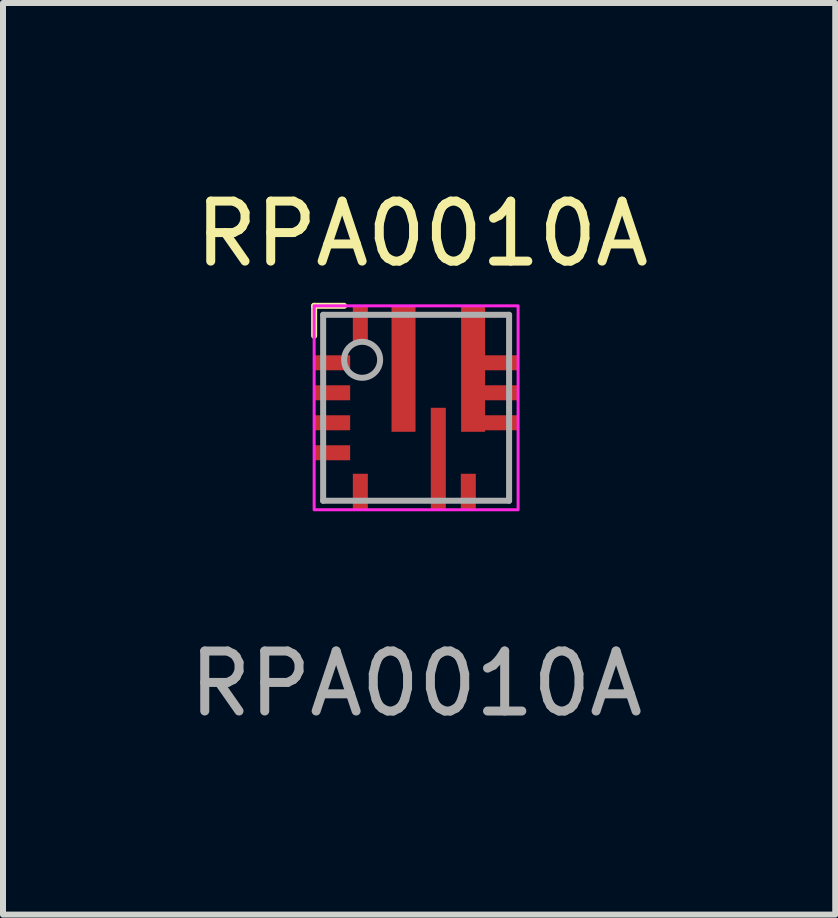
<source format=kicad_pcb>
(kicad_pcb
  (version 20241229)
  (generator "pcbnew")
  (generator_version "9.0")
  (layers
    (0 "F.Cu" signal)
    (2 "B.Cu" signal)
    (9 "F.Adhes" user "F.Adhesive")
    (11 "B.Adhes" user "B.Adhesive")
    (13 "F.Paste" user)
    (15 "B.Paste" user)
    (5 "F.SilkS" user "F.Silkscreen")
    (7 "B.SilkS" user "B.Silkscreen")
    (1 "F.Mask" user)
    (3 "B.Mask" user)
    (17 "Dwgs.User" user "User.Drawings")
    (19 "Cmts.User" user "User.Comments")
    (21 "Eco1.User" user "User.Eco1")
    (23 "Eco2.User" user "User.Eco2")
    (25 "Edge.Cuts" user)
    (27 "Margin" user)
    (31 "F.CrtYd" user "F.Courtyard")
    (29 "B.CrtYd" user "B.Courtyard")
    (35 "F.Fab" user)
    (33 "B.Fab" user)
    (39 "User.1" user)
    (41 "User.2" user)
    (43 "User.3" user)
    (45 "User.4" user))
  (footprint "RPA0010A"
    (layer "F.Cu")
    (at 3.887 3.748)
    (property "Reference" "RPA0010A" (at 0.1 -2.9 0) (unlocked yes) (layer "F.SilkS") (effects (font (size 1 1) (thickness 0.15))))
    (attr smd)
    (fp_line (start -1.7 -1.7) (end -1.7 -1.2) (stroke (width 0.1) (type default)) (layer "F.SilkS"))
    (fp_line (start -1.2 -1.7) (end -1.7 -1.7) (stroke (width 0.1) (type default)) (layer "F.SilkS"))
    (fp_poly (pts (xy -0.41 -0.8) (xy -0.41 -1.65) (xy -0.409 -1.66) (xy -0.406 -1.669) (xy -0.402 -1.678) (xy -0.395 -1.685) (xy -0.388 -1.692) (xy -0.379 -1.696) (xy -0.37 -1.699) (xy -0.36 -1.7) (xy -0.06 -1.7) (xy -0.05 -1.699) (xy -0.041 -1.696) (xy -0.032 -1.692) (xy -0.025 -1.685) (xy -0.018 -1.678) (xy -0.014 -1.669) (xy -0.011 -1.66) (xy -0.01 -1.65) (xy -0.01 -0.8) (xy -0.011 -0.79) (xy -0.014 -0.781) (xy -0.018 -0.772) (xy -0.025 -0.765) (xy -0.032 -0.758) (xy -0.041 -0.754) (xy -0.05 -0.751) (xy -0.06 -0.75) (xy -0.36 -0.75) (xy -0.37 -0.751) (xy -0.379 -0.754) (xy -0.388 -0.758) (xy -0.395 -0.765) (xy -0.402 -0.772) (xy -0.406 -0.781) (xy -0.409 -0.79)) (stroke (width 0) (type solid)) (fill yes) (layer "F.Paste"))
    (fp_poly (pts (xy -0.41 0.35) (xy -0.41 -0.5) (xy -0.409 -0.51) (xy -0.406 -0.519) (xy -0.402 -0.528) (xy -0.395 -0.535) (xy -0.388 -0.542) (xy -0.379 -0.546) (xy -0.37 -0.549) (xy -0.36 -0.55) (xy -0.06 -0.55) (xy -0.05 -0.549) (xy -0.041 -0.546) (xy -0.032 -0.542) (xy -0.025 -0.535) (xy -0.018 -0.528) (xy -0.014 -0.519) (xy -0.011 -0.51) (xy -0.01 -0.5) (xy -0.01 0.35) (xy -0.011 0.36) (xy -0.014 0.369) (xy -0.018 0.378) (xy -0.025 0.385) (xy -0.032 0.392) (xy -0.041 0.396) (xy -0.05 0.399) (xy -0.06 0.4) (xy -0.36 0.4) (xy -0.37 0.399) (xy -0.379 0.396) (xy -0.388 0.392) (xy -0.395 0.385) (xy -0.402 0.378) (xy -0.406 0.369) (xy -0.409 0.36)) (stroke (width 0) (type solid)) (fill yes) (layer "F.Paste"))
    (fp_poly (pts (xy 0.245 0.7) (xy 0.245 0.05) (xy 0.246 0.04) (xy 0.249 0.031) (xy 0.253 0.022) (xy 0.26 0.015) (xy 0.267 0.008) (xy 0.276 0.004) (xy 0.285 0.001) (xy 0.295 0) (xy 0.445 0) (xy 0.455 0.001) (xy 0.464 0.004) (xy 0.473 0.008) (xy 0.48 0.015) (xy 0.487 0.022) (xy 0.491 0.031) (xy 0.494 0.04) (xy 0.495 0.05) (xy 0.495 0.7) (xy 0.494 0.71) (xy 0.491 0.719) (xy 0.487 0.728) (xy 0.48 0.735) (xy 0.473 0.742) (xy 0.464 0.746) (xy 0.455 0.749) (xy 0.445 0.75) (xy 0.295 0.75) (xy 0.285 0.749) (xy 0.276 0.746) (xy 0.267 0.742) (xy 0.26 0.735) (xy 0.253 0.728) (xy 0.249 0.719) (xy 0.246 0.71)) (stroke (width 0) (type solid)) (fill yes) (layer "F.Paste"))
    (fp_poly (pts (xy 0.245 1.65) (xy 0.245 1) (xy 0.246 0.99) (xy 0.249 0.981) (xy 0.253 0.972) (xy 0.26 0.965) (xy 0.267 0.958) (xy 0.276 0.954) (xy 0.285 0.951) (xy 0.295 0.95) (xy 0.445 0.95) (xy 0.455 0.951) (xy 0.464 0.954) (xy 0.473 0.958) (xy 0.48 0.965) (xy 0.487 0.972) (xy 0.491 0.981) (xy 0.494 0.99) (xy 0.495 1) (xy 0.495 1.65) (xy 0.494 1.66) (xy 0.491 1.669) (xy 0.487 1.678) (xy 0.48 1.685) (xy 0.473 1.692) (xy 0.464 1.696) (xy 0.455 1.699) (xy 0.445 1.7) (xy 0.295 1.7) (xy 0.285 1.699) (xy 0.276 1.696) (xy 0.267 1.692) (xy 0.26 1.685) (xy 0.253 1.678) (xy 0.249 1.669) (xy 0.246 1.66)) (stroke (width 0) (type solid)) (fill yes) (layer "F.Paste"))
    (fp_rect (start -1.7 -1.7) (end 1.7 1.7) (stroke (width 0.05) (type default)) (fill no) (layer "F.CrtYd"))
    (fp_line (start -1.55 -1.55) (end 1.55 -1.55) (stroke (width 0.1) (type solid)) (layer "F.Fab"))
    (fp_line (start -1.55 1.55) (end -1.55 -1.55) (stroke (width 0.1) (type solid)) (layer "F.Fab"))
    (fp_line (start -1.55 1.55) (end 1.55 1.55) (stroke (width 0.1) (type solid)) (layer "F.Fab"))
    (fp_line (start 1.55 1.55) (end 1.55 -1.55) (stroke (width 0.1) (type solid)) (layer "F.Fab"))
    (fp_circle (center -0.9 -0.8) (end -0.6 -0.8) (stroke (width 0.1) (type solid)) (fill no) (layer "F.Fab"))
    (fp_text user "${REFERENCE}" (at 0 4.6 0) (unlocked yes) (layer "F.Fab") (effects (font (size 1 1) (thickness 0.15))))
    (pad "1" smd rect (at -1.4 -0.75) (size 0.6 0.25) (layers "F.Cu" "F.Mask" "F.Paste"))
    (pad "2" smd rect (at -1.4 -0.25) (size 0.6 0.25) (layers "F.Cu" "F.Mask" "F.Paste"))
    (pad "3" smd rect (at -1.4 0.25) (size 0.6 0.25) (layers "F.Cu" "F.Mask" "F.Paste"))
    (pad "4" smd rect (at -1.4 0.75) (size 0.6 0.25) (layers "F.Cu" "F.Mask" "F.Paste"))
    (pad "5" smd rect (at -0.93 1.4 90) (size 0.6 0.25) (layers "F.Cu" "F.Mask" "F.Paste"))
    (pad "6" smd rect (at 0.37 0.85 90) (size 1.7 0.25) (layers "F.Cu" "F.Mask"))
    (pad "7" smd rect (at 0.87 1.4 90) (size 0.6 0.25) (layers "F.Cu" "F.Mask" "F.Paste"))
    (pad "8" smd rect (at 0.95 -0.65 90) (size 2.1 0.4) (layers "F.Cu" "F.Mask" "F.Paste"))
    (pad "8" smd rect (at 1.375 -0.75 90) (size 0.25 0.65) (layers "F.Cu" "F.Mask" "F.Paste"))
    (pad "8" smd rect (at 1.38 -0.25 90) (size 0.25 0.65) (layers "F.Cu" "F.Mask" "F.Paste"))
    (pad "8" smd rect (at 1.38 0.25 90) (size 0.25 0.65) (layers "F.Cu" "F.Mask" "F.Paste"))
    (pad "9" smd rect (at -0.21 -0.65 90) (size 2.1 0.4) (layers "F.Cu" "F.Mask"))
    (pad "10" smd rect (at -0.93 -1.4 90) (size 0.6 0.25) (layers "F.Cu" "F.Mask" "F.Paste")))
  (gr_rect
    (start -3 -3)
    (end 10.874 12.197)
    (stroke (width 0.1) (type default))
    (fill no)
    (layer "Edge.Cuts")))
</source>
